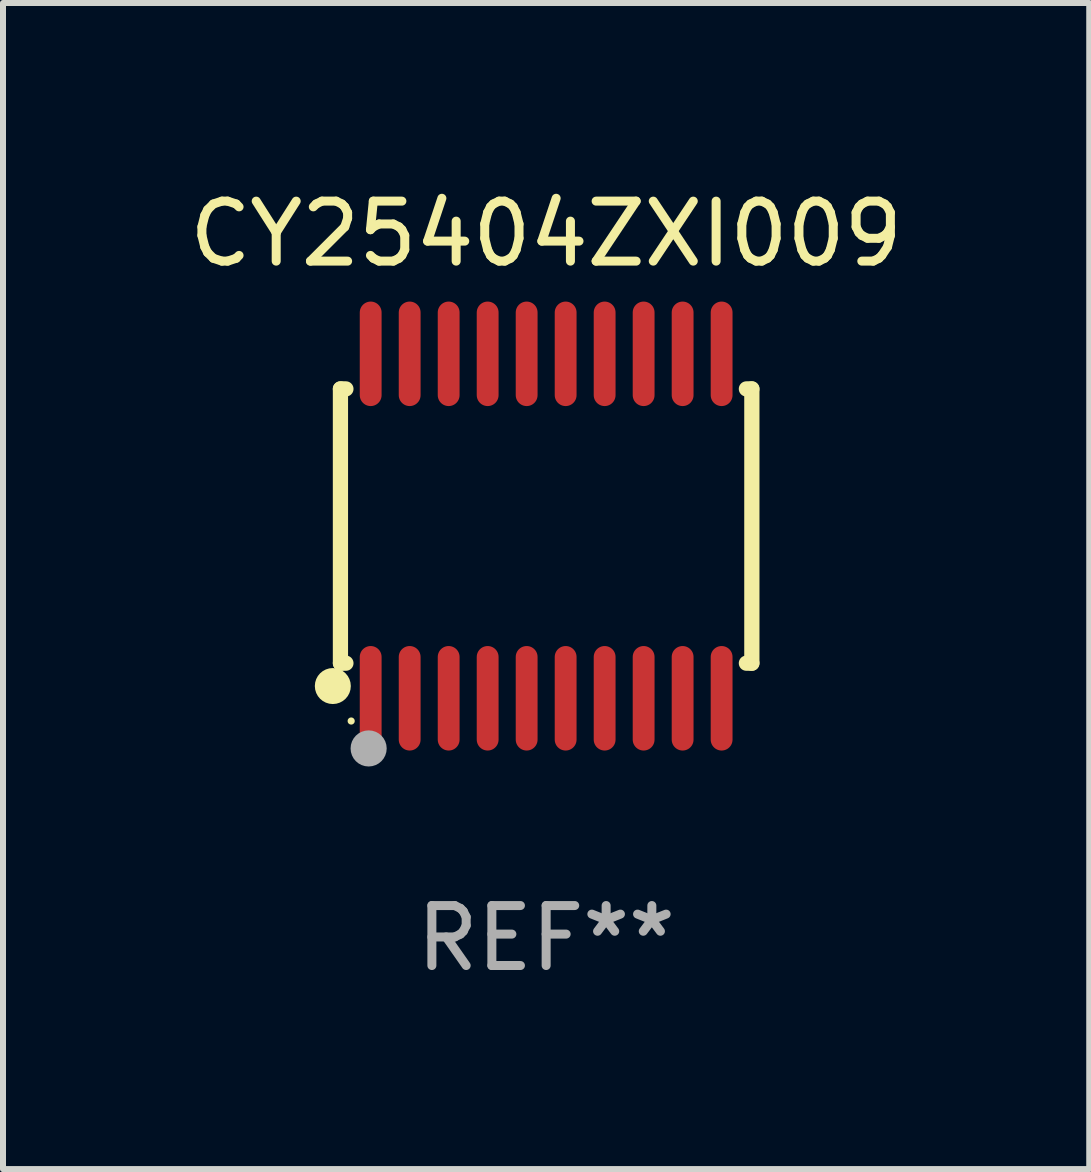
<source format=kicad_pcb>
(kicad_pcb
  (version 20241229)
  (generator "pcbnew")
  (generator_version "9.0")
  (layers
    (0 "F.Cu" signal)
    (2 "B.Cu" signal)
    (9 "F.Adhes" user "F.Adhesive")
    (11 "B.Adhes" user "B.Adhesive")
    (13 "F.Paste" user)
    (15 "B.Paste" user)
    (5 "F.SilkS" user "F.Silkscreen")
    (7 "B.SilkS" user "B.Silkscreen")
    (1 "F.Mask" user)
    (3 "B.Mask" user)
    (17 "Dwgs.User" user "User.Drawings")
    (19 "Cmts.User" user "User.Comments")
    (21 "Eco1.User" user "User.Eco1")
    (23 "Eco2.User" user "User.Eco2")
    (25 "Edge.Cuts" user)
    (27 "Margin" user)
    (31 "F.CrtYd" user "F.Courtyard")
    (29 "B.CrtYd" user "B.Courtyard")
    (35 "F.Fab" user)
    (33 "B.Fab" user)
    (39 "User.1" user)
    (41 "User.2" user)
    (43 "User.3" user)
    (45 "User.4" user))
  (footprint "CY25404ZXI009"
    (layer "F.Cu")
    (at 6.054 5.719)
    (property "Reference" "CY25404ZXI009" (at 0 -4.871 0) (layer "F.SilkS") (effects (font (size 1 1) (thickness 0.15))))
    (attr through_hole)
    (fp_line (start -3.429 -2.286) (end -3.429 2.286) (stroke (width 0.254) (type solid)) (layer "F.SilkS"))
    (fp_line (start -3.429 2.286) (end -3.338 2.286) (stroke (width 0.254) (type solid)) (layer "F.SilkS"))
    (fp_line (start -3.338 -2.286) (end -3.429 -2.286) (stroke (width 0.254) (type solid)) (layer "F.SilkS"))
    (fp_line (start 3.338 -2.286) (end 3.429 -2.286) (stroke (width 0.254) (type solid)) (layer "F.SilkS"))
    (fp_line (start 3.429 -2.286) (end 3.429 2.286) (stroke (width 0.254) (type solid)) (layer "F.SilkS"))
    (fp_line (start 3.429 2.286) (end 3.338 2.286) (stroke (width 0.254) (type solid)) (layer "F.SilkS"))
    (fp_circle (center -3.556 2.667) (end -3.406 2.667) (stroke (width 0.3) (type solid)) (fill no) (layer "F.SilkS"))
    (fp_circle (center -3.25 3.25) (end -3.22 3.25) (stroke (width 0.06) (type solid)) (fill no) (layer "F.SilkS"))
    (fp_circle (center -2.959 3.707) (end -2.808 3.707) (stroke (width 0.3) (type solid)) (fill no) (layer "F.Fab"))
    (fp_text user "REF**" (at 0 6.871 0) (layer "F.Fab") (effects (font (size 1 1) (thickness 0.15))))
    (pad "1" smd oval (at -2.925 2.871) (size 0.364 1.742) (layers "F.Cu" "F.Mask" "F.Paste"))
    (pad "2" smd oval (at -2.275 2.871) (size 0.364 1.742) (layers "F.Cu" "F.Mask" "F.Paste"))
    (pad "3" smd oval (at -1.625 2.871) (size 0.364 1.742) (layers "F.Cu" "F.Mask" "F.Paste"))
    (pad "4" smd oval (at -0.975 2.871) (size 0.364 1.742) (layers "F.Cu" "F.Mask" "F.Paste"))
    (pad "5" smd oval (at -0.325 2.871) (size 0.364 1.742) (layers "F.Cu" "F.Mask" "F.Paste"))
    (pad "6" smd oval (at 0.325 2.871) (size 0.364 1.742) (layers "F.Cu" "F.Mask" "F.Paste"))
    (pad "7" smd oval (at 0.975 2.871) (size 0.364 1.742) (layers "F.Cu" "F.Mask" "F.Paste"))
    (pad "8" smd oval (at 1.625 2.871) (size 0.364 1.742) (layers "F.Cu" "F.Mask" "F.Paste"))
    (pad "9" smd oval (at 2.275 2.871) (size 0.364 1.742) (layers "F.Cu" "F.Mask" "F.Paste"))
    (pad "10" smd oval (at 2.925 2.871) (size 0.364 1.742) (layers "F.Cu" "F.Mask" "F.Paste"))
    (pad "11" smd oval (at 2.925 -2.871) (size 0.364 1.742) (layers "F.Cu" "F.Mask" "F.Paste"))
    (pad "12" smd oval (at 2.275 -2.871) (size 0.364 1.742) (layers "F.Cu" "F.Mask" "F.Paste"))
    (pad "13" smd oval (at 1.625 -2.871) (size 0.364 1.742) (layers "F.Cu" "F.Mask" "F.Paste"))
    (pad "14" smd oval (at 0.975 -2.871) (size 0.364 1.742) (layers "F.Cu" "F.Mask" "F.Paste"))
    (pad "15" smd oval (at 0.325 -2.871) (size 0.364 1.742) (layers "F.Cu" "F.Mask" "F.Paste"))
    (pad "16" smd oval (at -0.325 -2.871) (size 0.364 1.742) (layers "F.Cu" "F.Mask" "F.Paste"))
    (pad "17" smd oval (at -0.975 -2.871) (size 0.364 1.742) (layers "F.Cu" "F.Mask" "F.Paste"))
    (pad "18" smd oval (at -1.625 -2.871) (size 0.364 1.742) (layers "F.Cu" "F.Mask" "F.Paste"))
    (pad "19" smd oval (at -2.275 -2.871) (size 0.364 1.742) (layers "F.Cu" "F.Mask" "F.Paste"))
    (pad "20" smd oval (at -2.925 -2.871) (size 0.364 1.742) (layers "F.Cu" "F.Mask" "F.Paste")))
  (gr_rect
    (start -3 -3)
    (end 15.107 16.438)
    (stroke (width 0.1) (type default))
    (fill no)
    (layer "Edge.Cuts")))
</source>
